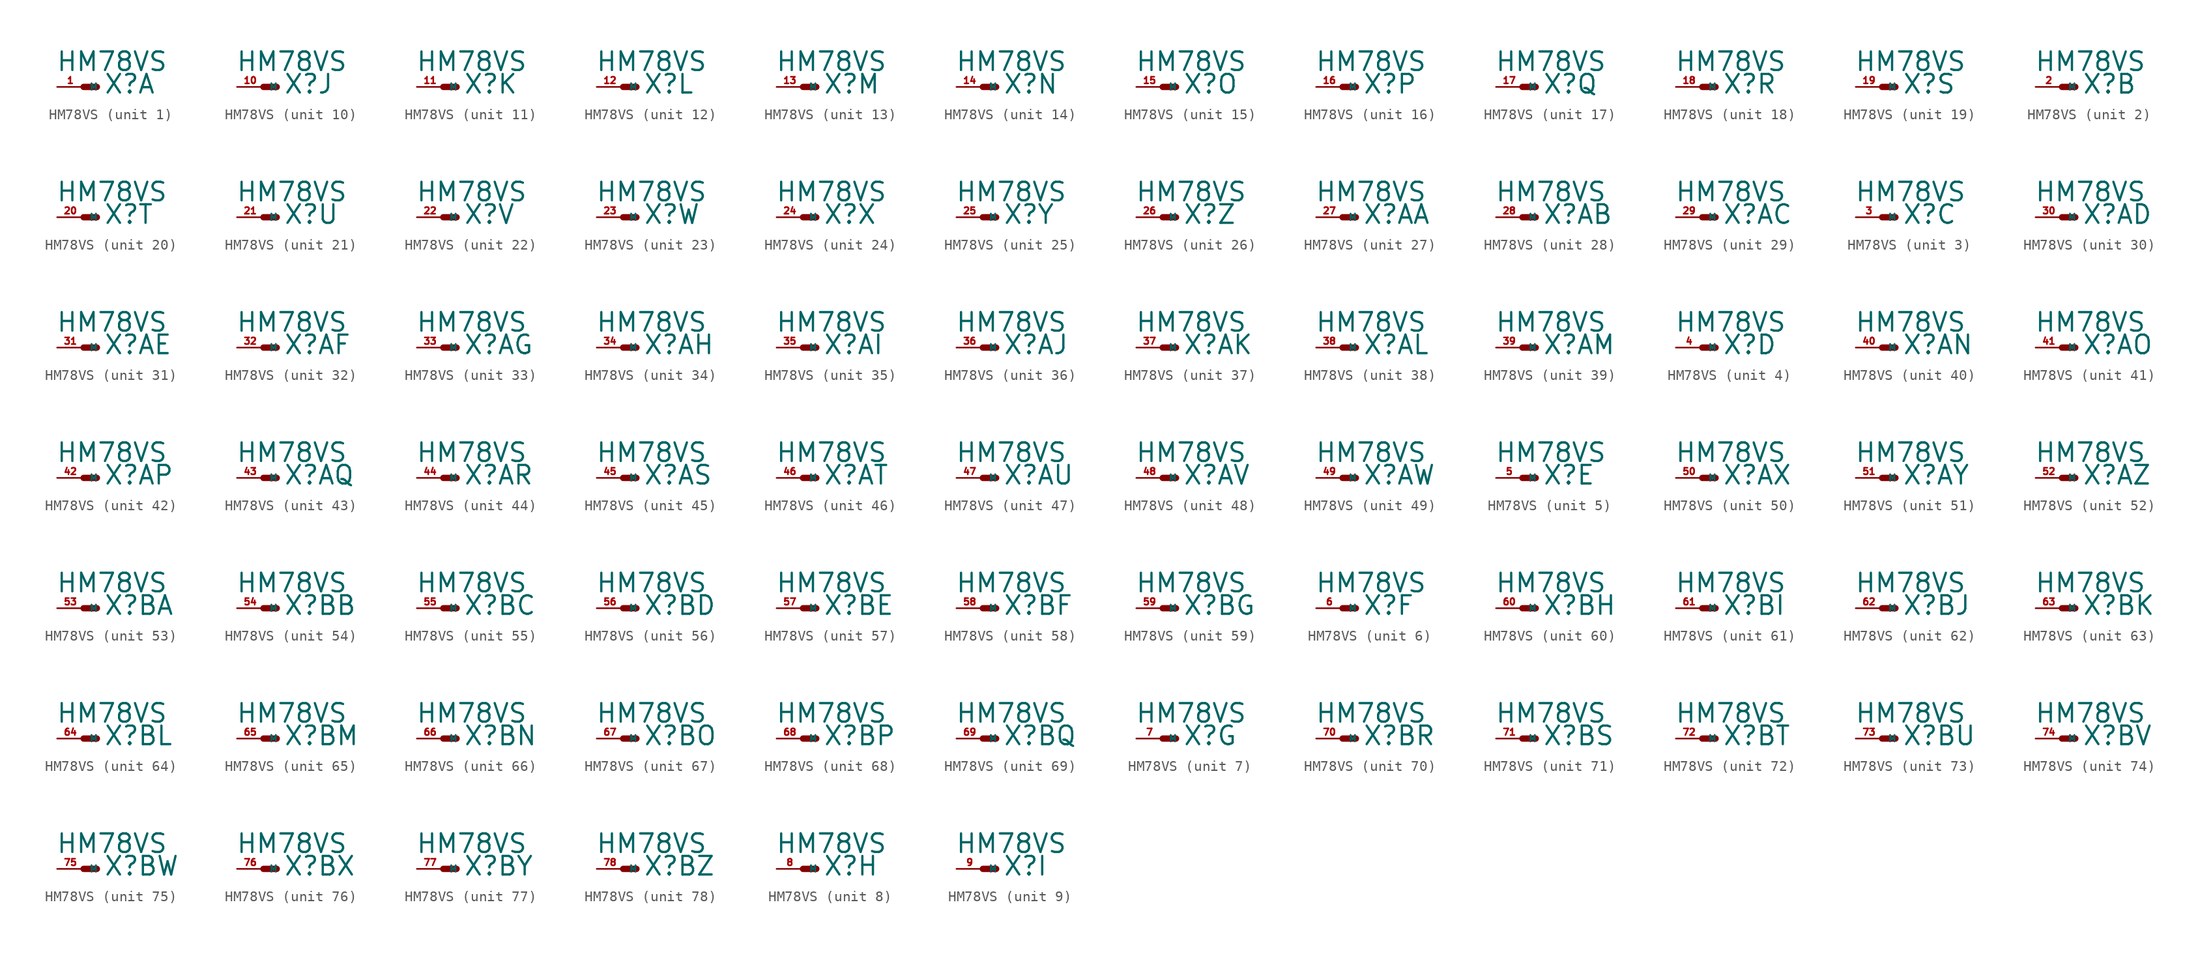
<source format=kicad_sym>
(kicad_symbol_lib
  (version 20220914)
  (generator Eagle2Kicad)
  (symbol "HM78VS"
    (property "Reference" "X"
      (at 1.905 -0.762 0)
      (effects (font (size 1.778 1.778) (thickness 0.22)) (justify left bottom)))
    (property "Value" "HM78VS"
      (at -2.667 1.397 0)
      (effects (font (size 1.778 1.778) (thickness 0.22)) (justify left bottom)))
    (symbol "HM78VS_1_0"
      (polyline (pts (xy 0 0) (xy 1.27 0)) (stroke (width 0.61) (type default)) (fill (type none)))
      (pin passive line (at -2.54 0 0) (length 2.54) (name "M" (effects (font (size 0.635 0.635) (thickness 0.08)) (justify left bottom))) (number "1" (effects (font (size 0.635 0.635) (thickness 0.08)) (justify left bottom)))))
    (symbol "HM78VS_2_0"
      (polyline (pts (xy 0 0) (xy 1.27 0)) (stroke (width 0.61) (type default)) (fill (type none)))
      (pin passive line (at -2.54 0 0) (length 2.54) (name "M" (effects (font (size 0.635 0.635) (thickness 0.08)) (justify left bottom))) (number "2" (effects (font (size 0.635 0.635) (thickness 0.08)) (justify left bottom)))))
    (symbol "HM78VS_3_0"
      (polyline (pts (xy 0 0) (xy 1.27 0)) (stroke (width 0.61) (type default)) (fill (type none)))
      (pin passive line (at -2.54 0 0) (length 2.54) (name "M" (effects (font (size 0.635 0.635) (thickness 0.08)) (justify left bottom))) (number "3" (effects (font (size 0.635 0.635) (thickness 0.08)) (justify left bottom)))))
    (symbol "HM78VS_4_0"
      (polyline (pts (xy 0 0) (xy 1.27 0)) (stroke (width 0.61) (type default)) (fill (type none)))
      (pin passive line (at -2.54 0 0) (length 2.54) (name "M" (effects (font (size 0.635 0.635) (thickness 0.08)) (justify left bottom))) (number "4" (effects (font (size 0.635 0.635) (thickness 0.08)) (justify left bottom)))))
    (symbol "HM78VS_5_0"
      (polyline (pts (xy 0 0) (xy 1.27 0)) (stroke (width 0.61) (type default)) (fill (type none)))
      (pin passive line (at -2.54 0 0) (length 2.54) (name "M" (effects (font (size 0.635 0.635) (thickness 0.08)) (justify left bottom))) (number "5" (effects (font (size 0.635 0.635) (thickness 0.08)) (justify left bottom)))))
    (symbol "HM78VS_6_0"
      (polyline (pts (xy 0 0) (xy 1.27 0)) (stroke (width 0.61) (type default)) (fill (type none)))
      (pin passive line (at -2.54 0 0) (length 2.54) (name "M" (effects (font (size 0.635 0.635) (thickness 0.08)) (justify left bottom))) (number "6" (effects (font (size 0.635 0.635) (thickness 0.08)) (justify left bottom)))))
    (symbol "HM78VS_7_0"
      (polyline (pts (xy 0 0) (xy 1.27 0)) (stroke (width 0.61) (type default)) (fill (type none)))
      (pin passive line (at -2.54 0 0) (length 2.54) (name "M" (effects (font (size 0.635 0.635) (thickness 0.08)) (justify left bottom))) (number "7" (effects (font (size 0.635 0.635) (thickness 0.08)) (justify left bottom)))))
    (symbol "HM78VS_8_0"
      (polyline (pts (xy 0 0) (xy 1.27 0)) (stroke (width 0.61) (type default)) (fill (type none)))
      (pin passive line (at -2.54 0 0) (length 2.54) (name "M" (effects (font (size 0.635 0.635) (thickness 0.08)) (justify left bottom))) (number "8" (effects (font (size 0.635 0.635) (thickness 0.08)) (justify left bottom)))))
    (symbol "HM78VS_9_0"
      (polyline (pts (xy 0 0) (xy 1.27 0)) (stroke (width 0.61) (type default)) (fill (type none)))
      (pin passive line (at -2.54 0 0) (length 2.54) (name "M" (effects (font (size 0.635 0.635) (thickness 0.08)) (justify left bottom))) (number "9" (effects (font (size 0.635 0.635) (thickness 0.08)) (justify left bottom)))))
    (symbol "HM78VS_10_0"
      (polyline (pts (xy 0 0) (xy 1.27 0)) (stroke (width 0.61) (type default)) (fill (type none)))
      (pin passive line (at -2.54 0 0) (length 2.54) (name "M" (effects (font (size 0.635 0.635) (thickness 0.08)) (justify left bottom))) (number "10" (effects (font (size 0.635 0.635) (thickness 0.08)) (justify left bottom)))))
    (symbol "HM78VS_11_0"
      (polyline (pts (xy 0 0) (xy 1.27 0)) (stroke (width 0.61) (type default)) (fill (type none)))
      (pin passive line (at -2.54 0 0) (length 2.54) (name "M" (effects (font (size 0.635 0.635) (thickness 0.08)) (justify left bottom))) (number "11" (effects (font (size 0.635 0.635) (thickness 0.08)) (justify left bottom)))))
    (symbol "HM78VS_12_0"
      (polyline (pts (xy 0 0) (xy 1.27 0)) (stroke (width 0.61) (type default)) (fill (type none)))
      (pin passive line (at -2.54 0 0) (length 2.54) (name "M" (effects (font (size 0.635 0.635) (thickness 0.08)) (justify left bottom))) (number "12" (effects (font (size 0.635 0.635) (thickness 0.08)) (justify left bottom)))))
    (symbol "HM78VS_13_0"
      (polyline (pts (xy 0 0) (xy 1.27 0)) (stroke (width 0.61) (type default)) (fill (type none)))
      (pin passive line (at -2.54 0 0) (length 2.54) (name "M" (effects (font (size 0.635 0.635) (thickness 0.08)) (justify left bottom))) (number "13" (effects (font (size 0.635 0.635) (thickness 0.08)) (justify left bottom)))))
    (symbol "HM78VS_14_0"
      (polyline (pts (xy 0 0) (xy 1.27 0)) (stroke (width 0.61) (type default)) (fill (type none)))
      (pin passive line (at -2.54 0 0) (length 2.54) (name "M" (effects (font (size 0.635 0.635) (thickness 0.08)) (justify left bottom))) (number "14" (effects (font (size 0.635 0.635) (thickness 0.08)) (justify left bottom)))))
    (symbol "HM78VS_15_0"
      (polyline (pts (xy 0 0) (xy 1.27 0)) (stroke (width 0.61) (type default)) (fill (type none)))
      (pin passive line (at -2.54 0 0) (length 2.54) (name "M" (effects (font (size 0.635 0.635) (thickness 0.08)) (justify left bottom))) (number "15" (effects (font (size 0.635 0.635) (thickness 0.08)) (justify left bottom)))))
    (symbol "HM78VS_16_0"
      (polyline (pts (xy 0 0) (xy 1.27 0)) (stroke (width 0.61) (type default)) (fill (type none)))
      (pin passive line (at -2.54 0 0) (length 2.54) (name "M" (effects (font (size 0.635 0.635) (thickness 0.08)) (justify left bottom))) (number "16" (effects (font (size 0.635 0.635) (thickness 0.08)) (justify left bottom)))))
    (symbol "HM78VS_17_0"
      (polyline (pts (xy 0 0) (xy 1.27 0)) (stroke (width 0.61) (type default)) (fill (type none)))
      (pin passive line (at -2.54 0 0) (length 2.54) (name "M" (effects (font (size 0.635 0.635) (thickness 0.08)) (justify left bottom))) (number "17" (effects (font (size 0.635 0.635) (thickness 0.08)) (justify left bottom)))))
    (symbol "HM78VS_18_0"
      (polyline (pts (xy 0 0) (xy 1.27 0)) (stroke (width 0.61) (type default)) (fill (type none)))
      (pin passive line (at -2.54 0 0) (length 2.54) (name "M" (effects (font (size 0.635 0.635) (thickness 0.08)) (justify left bottom))) (number "18" (effects (font (size 0.635 0.635) (thickness 0.08)) (justify left bottom)))))
    (symbol "HM78VS_19_0"
      (polyline (pts (xy 0 0) (xy 1.27 0)) (stroke (width 0.61) (type default)) (fill (type none)))
      (pin passive line (at -2.54 0 0) (length 2.54) (name "M" (effects (font (size 0.635 0.635) (thickness 0.08)) (justify left bottom))) (number "19" (effects (font (size 0.635 0.635) (thickness 0.08)) (justify left bottom)))))
    (symbol "HM78VS_20_0"
      (polyline (pts (xy 0 0) (xy 1.27 0)) (stroke (width 0.61) (type default)) (fill (type none)))
      (pin passive line (at -2.54 0 0) (length 2.54) (name "M" (effects (font (size 0.635 0.635) (thickness 0.08)) (justify left bottom))) (number "20" (effects (font (size 0.635 0.635) (thickness 0.08)) (justify left bottom)))))
    (symbol "HM78VS_21_0"
      (polyline (pts (xy 0 0) (xy 1.27 0)) (stroke (width 0.61) (type default)) (fill (type none)))
      (pin passive line (at -2.54 0 0) (length 2.54) (name "M" (effects (font (size 0.635 0.635) (thickness 0.08)) (justify left bottom))) (number "21" (effects (font (size 0.635 0.635) (thickness 0.08)) (justify left bottom)))))
    (symbol "HM78VS_22_0"
      (polyline (pts (xy 0 0) (xy 1.27 0)) (stroke (width 0.61) (type default)) (fill (type none)))
      (pin passive line (at -2.54 0 0) (length 2.54) (name "M" (effects (font (size 0.635 0.635) (thickness 0.08)) (justify left bottom))) (number "22" (effects (font (size 0.635 0.635) (thickness 0.08)) (justify left bottom)))))
    (symbol "HM78VS_23_0"
      (polyline (pts (xy 0 0) (xy 1.27 0)) (stroke (width 0.61) (type default)) (fill (type none)))
      (pin passive line (at -2.54 0 0) (length 2.54) (name "M" (effects (font (size 0.635 0.635) (thickness 0.08)) (justify left bottom))) (number "23" (effects (font (size 0.635 0.635) (thickness 0.08)) (justify left bottom)))))
    (symbol "HM78VS_24_0"
      (polyline (pts (xy 0 0) (xy 1.27 0)) (stroke (width 0.61) (type default)) (fill (type none)))
      (pin passive line (at -2.54 0 0) (length 2.54) (name "M" (effects (font (size 0.635 0.635) (thickness 0.08)) (justify left bottom))) (number "24" (effects (font (size 0.635 0.635) (thickness 0.08)) (justify left bottom)))))
    (symbol "HM78VS_25_0"
      (polyline (pts (xy 0 0) (xy 1.27 0)) (stroke (width 0.61) (type default)) (fill (type none)))
      (pin passive line (at -2.54 0 0) (length 2.54) (name "M" (effects (font (size 0.635 0.635) (thickness 0.08)) (justify left bottom))) (number "25" (effects (font (size 0.635 0.635) (thickness 0.08)) (justify left bottom)))))
    (symbol "HM78VS_26_0"
      (polyline (pts (xy 0 0) (xy 1.27 0)) (stroke (width 0.61) (type default)) (fill (type none)))
      (pin passive line (at -2.54 0 0) (length 2.54) (name "M" (effects (font (size 0.635 0.635) (thickness 0.08)) (justify left bottom))) (number "26" (effects (font (size 0.635 0.635) (thickness 0.08)) (justify left bottom)))))
    (symbol "HM78VS_27_0"
      (polyline (pts (xy 0 0) (xy 1.27 0)) (stroke (width 0.61) (type default)) (fill (type none)))
      (pin passive line (at -2.54 0 0) (length 2.54) (name "M" (effects (font (size 0.635 0.635) (thickness 0.08)) (justify left bottom))) (number "27" (effects (font (size 0.635 0.635) (thickness 0.08)) (justify left bottom)))))
    (symbol "HM78VS_28_0"
      (polyline (pts (xy 0 0) (xy 1.27 0)) (stroke (width 0.61) (type default)) (fill (type none)))
      (pin passive line (at -2.54 0 0) (length 2.54) (name "M" (effects (font (size 0.635 0.635) (thickness 0.08)) (justify left bottom))) (number "28" (effects (font (size 0.635 0.635) (thickness 0.08)) (justify left bottom)))))
    (symbol "HM78VS_29_0"
      (polyline (pts (xy 0 0) (xy 1.27 0)) (stroke (width 0.61) (type default)) (fill (type none)))
      (pin passive line (at -2.54 0 0) (length 2.54) (name "M" (effects (font (size 0.635 0.635) (thickness 0.08)) (justify left bottom))) (number "29" (effects (font (size 0.635 0.635) (thickness 0.08)) (justify left bottom)))))
    (symbol "HM78VS_30_0"
      (polyline (pts (xy 0 0) (xy 1.27 0)) (stroke (width 0.61) (type default)) (fill (type none)))
      (pin passive line (at -2.54 0 0) (length 2.54) (name "M" (effects (font (size 0.635 0.635) (thickness 0.08)) (justify left bottom))) (number "30" (effects (font (size 0.635 0.635) (thickness 0.08)) (justify left bottom)))))
    (symbol "HM78VS_31_0"
      (polyline (pts (xy 0 0) (xy 1.27 0)) (stroke (width 0.61) (type default)) (fill (type none)))
      (pin passive line (at -2.54 0 0) (length 2.54) (name "M" (effects (font (size 0.635 0.635) (thickness 0.08)) (justify left bottom))) (number "31" (effects (font (size 0.635 0.635) (thickness 0.08)) (justify left bottom)))))
    (symbol "HM78VS_32_0"
      (polyline (pts (xy 0 0) (xy 1.27 0)) (stroke (width 0.61) (type default)) (fill (type none)))
      (pin passive line (at -2.54 0 0) (length 2.54) (name "M" (effects (font (size 0.635 0.635) (thickness 0.08)) (justify left bottom))) (number "32" (effects (font (size 0.635 0.635) (thickness 0.08)) (justify left bottom)))))
    (symbol "HM78VS_33_0"
      (polyline (pts (xy 0 0) (xy 1.27 0)) (stroke (width 0.61) (type default)) (fill (type none)))
      (pin passive line (at -2.54 0 0) (length 2.54) (name "M" (effects (font (size 0.635 0.635) (thickness 0.08)) (justify left bottom))) (number "33" (effects (font (size 0.635 0.635) (thickness 0.08)) (justify left bottom)))))
    (symbol "HM78VS_34_0"
      (polyline (pts (xy 0 0) (xy 1.27 0)) (stroke (width 0.61) (type default)) (fill (type none)))
      (pin passive line (at -2.54 0 0) (length 2.54) (name "M" (effects (font (size 0.635 0.635) (thickness 0.08)) (justify left bottom))) (number "34" (effects (font (size 0.635 0.635) (thickness 0.08)) (justify left bottom)))))
    (symbol "HM78VS_35_0"
      (polyline (pts (xy 0 0) (xy 1.27 0)) (stroke (width 0.61) (type default)) (fill (type none)))
      (pin passive line (at -2.54 0 0) (length 2.54) (name "M" (effects (font (size 0.635 0.635) (thickness 0.08)) (justify left bottom))) (number "35" (effects (font (size 0.635 0.635) (thickness 0.08)) (justify left bottom)))))
    (symbol "HM78VS_36_0"
      (polyline (pts (xy 0 0) (xy 1.27 0)) (stroke (width 0.61) (type default)) (fill (type none)))
      (pin passive line (at -2.54 0 0) (length 2.54) (name "M" (effects (font (size 0.635 0.635) (thickness 0.08)) (justify left bottom))) (number "36" (effects (font (size 0.635 0.635) (thickness 0.08)) (justify left bottom)))))
    (symbol "HM78VS_37_0"
      (polyline (pts (xy 0 0) (xy 1.27 0)) (stroke (width 0.61) (type default)) (fill (type none)))
      (pin passive line (at -2.54 0 0) (length 2.54) (name "M" (effects (font (size 0.635 0.635) (thickness 0.08)) (justify left bottom))) (number "37" (effects (font (size 0.635 0.635) (thickness 0.08)) (justify left bottom)))))
    (symbol "HM78VS_38_0"
      (polyline (pts (xy 0 0) (xy 1.27 0)) (stroke (width 0.61) (type default)) (fill (type none)))
      (pin passive line (at -2.54 0 0) (length 2.54) (name "M" (effects (font (size 0.635 0.635) (thickness 0.08)) (justify left bottom))) (number "38" (effects (font (size 0.635 0.635) (thickness 0.08)) (justify left bottom)))))
    (symbol "HM78VS_39_0"
      (polyline (pts (xy 0 0) (xy 1.27 0)) (stroke (width 0.61) (type default)) (fill (type none)))
      (pin passive line (at -2.54 0 0) (length 2.54) (name "M" (effects (font (size 0.635 0.635) (thickness 0.08)) (justify left bottom))) (number "39" (effects (font (size 0.635 0.635) (thickness 0.08)) (justify left bottom)))))
    (symbol "HM78VS_40_0"
      (polyline (pts (xy 0 0) (xy 1.27 0)) (stroke (width 0.61) (type default)) (fill (type none)))
      (pin passive line (at -2.54 0 0) (length 2.54) (name "M" (effects (font (size 0.635 0.635) (thickness 0.08)) (justify left bottom))) (number "40" (effects (font (size 0.635 0.635) (thickness 0.08)) (justify left bottom)))))
    (symbol "HM78VS_41_0"
      (polyline (pts (xy 0 0) (xy 1.27 0)) (stroke (width 0.61) (type default)) (fill (type none)))
      (pin passive line (at -2.54 0 0) (length 2.54) (name "M" (effects (font (size 0.635 0.635) (thickness 0.08)) (justify left bottom))) (number "41" (effects (font (size 0.635 0.635) (thickness 0.08)) (justify left bottom)))))
    (symbol "HM78VS_42_0"
      (polyline (pts (xy 0 0) (xy 1.27 0)) (stroke (width 0.61) (type default)) (fill (type none)))
      (pin passive line (at -2.54 0 0) (length 2.54) (name "M" (effects (font (size 0.635 0.635) (thickness 0.08)) (justify left bottom))) (number "42" (effects (font (size 0.635 0.635) (thickness 0.08)) (justify left bottom)))))
    (symbol "HM78VS_43_0"
      (polyline (pts (xy 0 0) (xy 1.27 0)) (stroke (width 0.61) (type default)) (fill (type none)))
      (pin passive line (at -2.54 0 0) (length 2.54) (name "M" (effects (font (size 0.635 0.635) (thickness 0.08)) (justify left bottom))) (number "43" (effects (font (size 0.635 0.635) (thickness 0.08)) (justify left bottom)))))
    (symbol "HM78VS_44_0"
      (polyline (pts (xy 0 0) (xy 1.27 0)) (stroke (width 0.61) (type default)) (fill (type none)))
      (pin passive line (at -2.54 0 0) (length 2.54) (name "M" (effects (font (size 0.635 0.635) (thickness 0.08)) (justify left bottom))) (number "44" (effects (font (size 0.635 0.635) (thickness 0.08)) (justify left bottom)))))
    (symbol "HM78VS_45_0"
      (polyline (pts (xy 0 0) (xy 1.27 0)) (stroke (width 0.61) (type default)) (fill (type none)))
      (pin passive line (at -2.54 0 0) (length 2.54) (name "M" (effects (font (size 0.635 0.635) (thickness 0.08)) (justify left bottom))) (number "45" (effects (font (size 0.635 0.635) (thickness 0.08)) (justify left bottom)))))
    (symbol "HM78VS_46_0"
      (polyline (pts (xy 0 0) (xy 1.27 0)) (stroke (width 0.61) (type default)) (fill (type none)))
      (pin passive line (at -2.54 0 0) (length 2.54) (name "M" (effects (font (size 0.635 0.635) (thickness 0.08)) (justify left bottom))) (number "46" (effects (font (size 0.635 0.635) (thickness 0.08)) (justify left bottom)))))
    (symbol "HM78VS_47_0"
      (polyline (pts (xy 0 0) (xy 1.27 0)) (stroke (width 0.61) (type default)) (fill (type none)))
      (pin passive line (at -2.54 0 0) (length 2.54) (name "M" (effects (font (size 0.635 0.635) (thickness 0.08)) (justify left bottom))) (number "47" (effects (font (size 0.635 0.635) (thickness 0.08)) (justify left bottom)))))
    (symbol "HM78VS_48_0"
      (polyline (pts (xy 0 0) (xy 1.27 0)) (stroke (width 0.61) (type default)) (fill (type none)))
      (pin passive line (at -2.54 0 0) (length 2.54) (name "M" (effects (font (size 0.635 0.635) (thickness 0.08)) (justify left bottom))) (number "48" (effects (font (size 0.635 0.635) (thickness 0.08)) (justify left bottom)))))
    (symbol "HM78VS_49_0"
      (polyline (pts (xy 0 0) (xy 1.27 0)) (stroke (width 0.61) (type default)) (fill (type none)))
      (pin passive line (at -2.54 0 0) (length 2.54) (name "M" (effects (font (size 0.635 0.635) (thickness 0.08)) (justify left bottom))) (number "49" (effects (font (size 0.635 0.635) (thickness 0.08)) (justify left bottom)))))
    (symbol "HM78VS_50_0"
      (polyline (pts (xy 0 0) (xy 1.27 0)) (stroke (width 0.61) (type default)) (fill (type none)))
      (pin passive line (at -2.54 0 0) (length 2.54) (name "M" (effects (font (size 0.635 0.635) (thickness 0.08)) (justify left bottom))) (number "50" (effects (font (size 0.635 0.635) (thickness 0.08)) (justify left bottom)))))
    (symbol "HM78VS_51_0"
      (polyline (pts (xy 0 0) (xy 1.27 0)) (stroke (width 0.61) (type default)) (fill (type none)))
      (pin passive line (at -2.54 0 0) (length 2.54) (name "M" (effects (font (size 0.635 0.635) (thickness 0.08)) (justify left bottom))) (number "51" (effects (font (size 0.635 0.635) (thickness 0.08)) (justify left bottom)))))
    (symbol "HM78VS_52_0"
      (polyline (pts (xy 0 0) (xy 1.27 0)) (stroke (width 0.61) (type default)) (fill (type none)))
      (pin passive line (at -2.54 0 0) (length 2.54) (name "M" (effects (font (size 0.635 0.635) (thickness 0.08)) (justify left bottom))) (number "52" (effects (font (size 0.635 0.635) (thickness 0.08)) (justify left bottom)))))
    (symbol "HM78VS_53_0"
      (polyline (pts (xy 0 0) (xy 1.27 0)) (stroke (width 0.61) (type default)) (fill (type none)))
      (pin passive line (at -2.54 0 0) (length 2.54) (name "M" (effects (font (size 0.635 0.635) (thickness 0.08)) (justify left bottom))) (number "53" (effects (font (size 0.635 0.635) (thickness 0.08)) (justify left bottom)))))
    (symbol "HM78VS_54_0"
      (polyline (pts (xy 0 0) (xy 1.27 0)) (stroke (width 0.61) (type default)) (fill (type none)))
      (pin passive line (at -2.54 0 0) (length 2.54) (name "M" (effects (font (size 0.635 0.635) (thickness 0.08)) (justify left bottom))) (number "54" (effects (font (size 0.635 0.635) (thickness 0.08)) (justify left bottom)))))
    (symbol "HM78VS_55_0"
      (polyline (pts (xy 0 0) (xy 1.27 0)) (stroke (width 0.61) (type default)) (fill (type none)))
      (pin passive line (at -2.54 0 0) (length 2.54) (name "M" (effects (font (size 0.635 0.635) (thickness 0.08)) (justify left bottom))) (number "55" (effects (font (size 0.635 0.635) (thickness 0.08)) (justify left bottom)))))
    (symbol "HM78VS_56_0"
      (polyline (pts (xy 0 0) (xy 1.27 0)) (stroke (width 0.61) (type default)) (fill (type none)))
      (pin passive line (at -2.54 0 0) (length 2.54) (name "M" (effects (font (size 0.635 0.635) (thickness 0.08)) (justify left bottom))) (number "56" (effects (font (size 0.635 0.635) (thickness 0.08)) (justify left bottom)))))
    (symbol "HM78VS_57_0"
      (polyline (pts (xy 0 0) (xy 1.27 0)) (stroke (width 0.61) (type default)) (fill (type none)))
      (pin passive line (at -2.54 0 0) (length 2.54) (name "M" (effects (font (size 0.635 0.635) (thickness 0.08)) (justify left bottom))) (number "57" (effects (font (size 0.635 0.635) (thickness 0.08)) (justify left bottom)))))
    (symbol "HM78VS_58_0"
      (polyline (pts (xy 0 0) (xy 1.27 0)) (stroke (width 0.61) (type default)) (fill (type none)))
      (pin passive line (at -2.54 0 0) (length 2.54) (name "M" (effects (font (size 0.635 0.635) (thickness 0.08)) (justify left bottom))) (number "58" (effects (font (size 0.635 0.635) (thickness 0.08)) (justify left bottom)))))
    (symbol "HM78VS_59_0"
      (polyline (pts (xy 0 0) (xy 1.27 0)) (stroke (width 0.61) (type default)) (fill (type none)))
      (pin passive line (at -2.54 0 0) (length 2.54) (name "M" (effects (font (size 0.635 0.635) (thickness 0.08)) (justify left bottom))) (number "59" (effects (font (size 0.635 0.635) (thickness 0.08)) (justify left bottom)))))
    (symbol "HM78VS_60_0"
      (polyline (pts (xy 0 0) (xy 1.27 0)) (stroke (width 0.61) (type default)) (fill (type none)))
      (pin passive line (at -2.54 0 0) (length 2.54) (name "M" (effects (font (size 0.635 0.635) (thickness 0.08)) (justify left bottom))) (number "60" (effects (font (size 0.635 0.635) (thickness 0.08)) (justify left bottom)))))
    (symbol "HM78VS_61_0"
      (polyline (pts (xy 0 0) (xy 1.27 0)) (stroke (width 0.61) (type default)) (fill (type none)))
      (pin passive line (at -2.54 0 0) (length 2.54) (name "M" (effects (font (size 0.635 0.635) (thickness 0.08)) (justify left bottom))) (number "61" (effects (font (size 0.635 0.635) (thickness 0.08)) (justify left bottom)))))
    (symbol "HM78VS_62_0"
      (polyline (pts (xy 0 0) (xy 1.27 0)) (stroke (width 0.61) (type default)) (fill (type none)))
      (pin passive line (at -2.54 0 0) (length 2.54) (name "M" (effects (font (size 0.635 0.635) (thickness 0.08)) (justify left bottom))) (number "62" (effects (font (size 0.635 0.635) (thickness 0.08)) (justify left bottom)))))
    (symbol "HM78VS_63_0"
      (polyline (pts (xy 0 0) (xy 1.27 0)) (stroke (width 0.61) (type default)) (fill (type none)))
      (pin passive line (at -2.54 0 0) (length 2.54) (name "M" (effects (font (size 0.635 0.635) (thickness 0.08)) (justify left bottom))) (number "63" (effects (font (size 0.635 0.635) (thickness 0.08)) (justify left bottom)))))
    (symbol "HM78VS_64_0"
      (polyline (pts (xy 0 0) (xy 1.27 0)) (stroke (width 0.61) (type default)) (fill (type none)))
      (pin passive line (at -2.54 0 0) (length 2.54) (name "M" (effects (font (size 0.635 0.635) (thickness 0.08)) (justify left bottom))) (number "64" (effects (font (size 0.635 0.635) (thickness 0.08)) (justify left bottom)))))
    (symbol "HM78VS_65_0"
      (polyline (pts (xy 0 0) (xy 1.27 0)) (stroke (width 0.61) (type default)) (fill (type none)))
      (pin passive line (at -2.54 0 0) (length 2.54) (name "M" (effects (font (size 0.635 0.635) (thickness 0.08)) (justify left bottom))) (number "65" (effects (font (size 0.635 0.635) (thickness 0.08)) (justify left bottom)))))
    (symbol "HM78VS_66_0"
      (polyline (pts (xy 0 0) (xy 1.27 0)) (stroke (width 0.61) (type default)) (fill (type none)))
      (pin passive line (at -2.54 0 0) (length 2.54) (name "M" (effects (font (size 0.635 0.635) (thickness 0.08)) (justify left bottom))) (number "66" (effects (font (size 0.635 0.635) (thickness 0.08)) (justify left bottom)))))
    (symbol "HM78VS_67_0"
      (polyline (pts (xy 0 0) (xy 1.27 0)) (stroke (width 0.61) (type default)) (fill (type none)))
      (pin passive line (at -2.54 0 0) (length 2.54) (name "M" (effects (font (size 0.635 0.635) (thickness 0.08)) (justify left bottom))) (number "67" (effects (font (size 0.635 0.635) (thickness 0.08)) (justify left bottom)))))
    (symbol "HM78VS_68_0"
      (polyline (pts (xy 0 0) (xy 1.27 0)) (stroke (width 0.61) (type default)) (fill (type none)))
      (pin passive line (at -2.54 0 0) (length 2.54) (name "M" (effects (font (size 0.635 0.635) (thickness 0.08)) (justify left bottom))) (number "68" (effects (font (size 0.635 0.635) (thickness 0.08)) (justify left bottom)))))
    (symbol "HM78VS_69_0"
      (polyline (pts (xy 0 0) (xy 1.27 0)) (stroke (width 0.61) (type default)) (fill (type none)))
      (pin passive line (at -2.54 0 0) (length 2.54) (name "M" (effects (font (size 0.635 0.635) (thickness 0.08)) (justify left bottom))) (number "69" (effects (font (size 0.635 0.635) (thickness 0.08)) (justify left bottom)))))
    (symbol "HM78VS_70_0"
      (polyline (pts (xy 0 0) (xy 1.27 0)) (stroke (width 0.61) (type default)) (fill (type none)))
      (pin passive line (at -2.54 0 0) (length 2.54) (name "M" (effects (font (size 0.635 0.635) (thickness 0.08)) (justify left bottom))) (number "70" (effects (font (size 0.635 0.635) (thickness 0.08)) (justify left bottom)))))
    (symbol "HM78VS_71_0"
      (polyline (pts (xy 0 0) (xy 1.27 0)) (stroke (width 0.61) (type default)) (fill (type none)))
      (pin passive line (at -2.54 0 0) (length 2.54) (name "M" (effects (font (size 0.635 0.635) (thickness 0.08)) (justify left bottom))) (number "71" (effects (font (size 0.635 0.635) (thickness 0.08)) (justify left bottom)))))
    (symbol "HM78VS_72_0"
      (polyline (pts (xy 0 0) (xy 1.27 0)) (stroke (width 0.61) (type default)) (fill (type none)))
      (pin passive line (at -2.54 0 0) (length 2.54) (name "M" (effects (font (size 0.635 0.635) (thickness 0.08)) (justify left bottom))) (number "72" (effects (font (size 0.635 0.635) (thickness 0.08)) (justify left bottom)))))
    (symbol "HM78VS_73_0"
      (polyline (pts (xy 0 0) (xy 1.27 0)) (stroke (width 0.61) (type default)) (fill (type none)))
      (pin passive line (at -2.54 0 0) (length 2.54) (name "M" (effects (font (size 0.635 0.635) (thickness 0.08)) (justify left bottom))) (number "73" (effects (font (size 0.635 0.635) (thickness 0.08)) (justify left bottom)))))
    (symbol "HM78VS_74_0"
      (polyline (pts (xy 0 0) (xy 1.27 0)) (stroke (width 0.61) (type default)) (fill (type none)))
      (pin passive line (at -2.54 0 0) (length 2.54) (name "M" (effects (font (size 0.635 0.635) (thickness 0.08)) (justify left bottom))) (number "74" (effects (font (size 0.635 0.635) (thickness 0.08)) (justify left bottom)))))
    (symbol "HM78VS_75_0"
      (polyline (pts (xy 0 0) (xy 1.27 0)) (stroke (width 0.61) (type default)) (fill (type none)))
      (pin passive line (at -2.54 0 0) (length 2.54) (name "M" (effects (font (size 0.635 0.635) (thickness 0.08)) (justify left bottom))) (number "75" (effects (font (size 0.635 0.635) (thickness 0.08)) (justify left bottom)))))
    (symbol "HM78VS_76_0"
      (polyline (pts (xy 0 0) (xy 1.27 0)) (stroke (width 0.61) (type default)) (fill (type none)))
      (pin passive line (at -2.54 0 0) (length 2.54) (name "M" (effects (font (size 0.635 0.635) (thickness 0.08)) (justify left bottom))) (number "76" (effects (font (size 0.635 0.635) (thickness 0.08)) (justify left bottom)))))
    (symbol "HM78VS_77_0"
      (polyline (pts (xy 0 0) (xy 1.27 0)) (stroke (width 0.61) (type default)) (fill (type none)))
      (pin passive line (at -2.54 0 0) (length 2.54) (name "M" (effects (font (size 0.635 0.635) (thickness 0.08)) (justify left bottom))) (number "77" (effects (font (size 0.635 0.635) (thickness 0.08)) (justify left bottom)))))
    (symbol "HM78VS_78_0"
      (polyline (pts (xy 0 0) (xy 1.27 0)) (stroke (width 0.61) (type default)) (fill (type none)))
      (pin passive line (at -2.54 0 0) (length 2.54) (name "M" (effects (font (size 0.635 0.635) (thickness 0.08)) (justify left bottom))) (number "78" (effects (font (size 0.635 0.635) (thickness 0.08)) (justify left bottom)))))))
</source>
